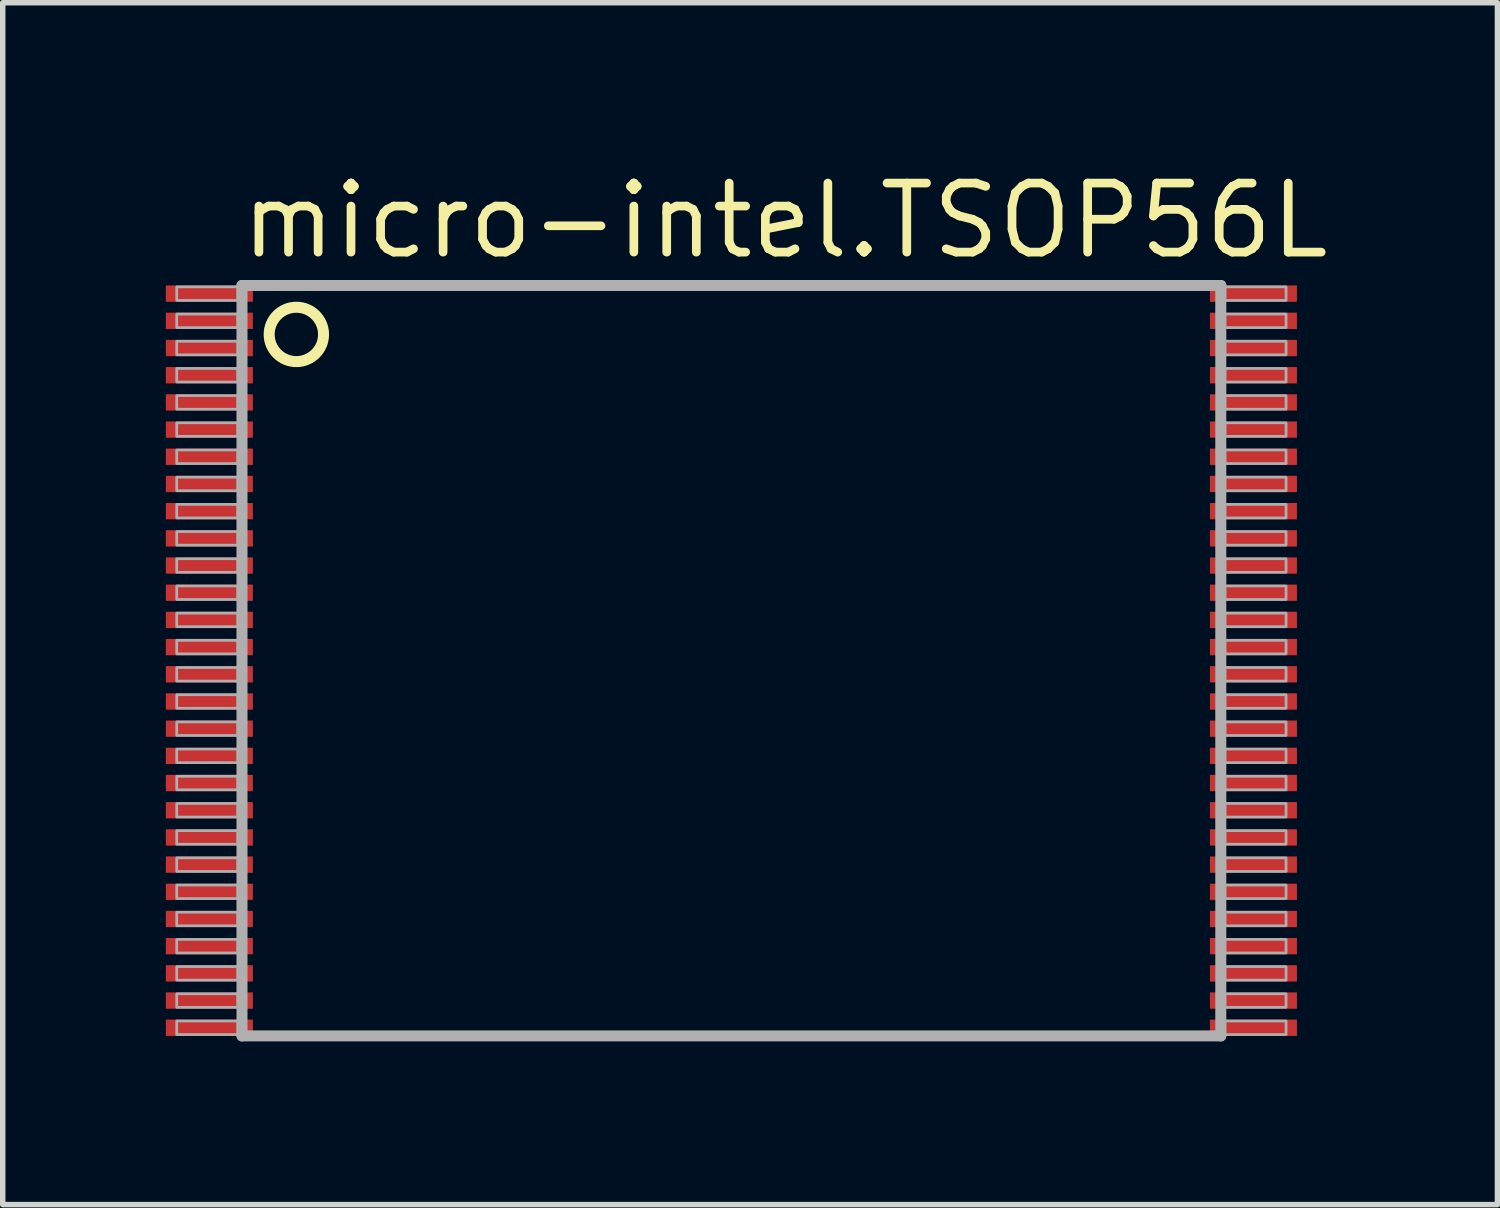
<source format=kicad_pcb>
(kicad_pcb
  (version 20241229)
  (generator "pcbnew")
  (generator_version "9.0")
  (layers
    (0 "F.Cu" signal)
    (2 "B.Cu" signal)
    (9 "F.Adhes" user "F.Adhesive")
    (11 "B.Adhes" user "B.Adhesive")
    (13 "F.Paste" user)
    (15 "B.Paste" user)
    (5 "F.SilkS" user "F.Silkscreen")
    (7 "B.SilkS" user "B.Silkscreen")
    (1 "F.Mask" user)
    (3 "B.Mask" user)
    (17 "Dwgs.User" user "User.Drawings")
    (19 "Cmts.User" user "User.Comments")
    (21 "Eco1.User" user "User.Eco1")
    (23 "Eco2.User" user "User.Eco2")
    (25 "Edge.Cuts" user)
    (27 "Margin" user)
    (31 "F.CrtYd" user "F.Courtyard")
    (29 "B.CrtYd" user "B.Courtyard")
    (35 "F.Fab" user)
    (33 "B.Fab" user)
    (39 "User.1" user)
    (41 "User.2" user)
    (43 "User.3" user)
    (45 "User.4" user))
  (footprint "micro-intel.TSOP56L"
    (layer "F.Cu")
    (at 10.4 9.1)
    (property "Reference" "micro-intel.TSOP56L" (at -9.096 -7.35 0) (layer "F.SilkS") (effects (font (size 1.27 1.27) (thickness 0.16)) (justify left bottom)))
    (attr smd)
    (fp_circle (center -8 -6) (end -7.5 -6) (stroke (width 0.203) (type default)) (fill no) (layer "F.SilkS"))
    (fp_line (start -9 -6.9) (end -9 6.9) (stroke (width 0.203) (type default)) (layer "F.Fab"))
    (fp_line (start -9 6.9) (end 9 6.9) (stroke (width 0.203) (type default)) (layer "F.Fab"))
    (fp_line (start 9 -6.9) (end -9 -6.9) (stroke (width 0.203) (type default)) (layer "F.Fab"))
    (fp_line (start 9 6.9) (end 9 -6.9) (stroke (width 0.203) (type default)) (layer "F.Fab"))
    (fp_rect (start -10.2 -6.625) (end -9.075 -6.875) (stroke (width 0.05) (type default)) (fill no) (layer "F.Fab"))
    (fp_rect (start -10.2 -6.125) (end -9.075 -6.375) (stroke (width 0.05) (type default)) (fill no) (layer "F.Fab"))
    (fp_rect (start -10.2 -5.625) (end -9.075 -5.875) (stroke (width 0.05) (type default)) (fill no) (layer "F.Fab"))
    (fp_rect (start -10.2 -5.125) (end -9.075 -5.375) (stroke (width 0.05) (type default)) (fill no) (layer "F.Fab"))
    (fp_rect (start -10.2 -4.625) (end -9.075 -4.875) (stroke (width 0.05) (type default)) (fill no) (layer "F.Fab"))
    (fp_rect (start -10.2 -4.125) (end -9.075 -4.375) (stroke (width 0.05) (type default)) (fill no) (layer "F.Fab"))
    (fp_rect (start -10.2 -3.625) (end -9.075 -3.875) (stroke (width 0.05) (type default)) (fill no) (layer "F.Fab"))
    (fp_rect (start -10.2 -3.125) (end -9.075 -3.375) (stroke (width 0.05) (type default)) (fill no) (layer "F.Fab"))
    (fp_rect (start -10.2 -2.625) (end -9.075 -2.875) (stroke (width 0.05) (type default)) (fill no) (layer "F.Fab"))
    (fp_rect (start -10.2 -2.125) (end -9.075 -2.375) (stroke (width 0.05) (type default)) (fill no) (layer "F.Fab"))
    (fp_rect (start -10.2 -1.625) (end -9.075 -1.875) (stroke (width 0.05) (type default)) (fill no) (layer "F.Fab"))
    (fp_rect (start -10.2 -1.125) (end -9.075 -1.375) (stroke (width 0.05) (type default)) (fill no) (layer "F.Fab"))
    (fp_rect (start -10.2 -0.625) (end -9.075 -0.875) (stroke (width 0.05) (type default)) (fill no) (layer "F.Fab"))
    (fp_rect (start -10.2 -0.125) (end -9.075 -0.375) (stroke (width 0.05) (type default)) (fill no) (layer "F.Fab"))
    (fp_rect (start -10.2 0.375) (end -9.075 0.125) (stroke (width 0.05) (type default)) (fill no) (layer "F.Fab"))
    (fp_rect (start -10.2 0.875) (end -9.075 0.625) (stroke (width 0.05) (type default)) (fill no) (layer "F.Fab"))
    (fp_rect (start -10.2 1.375) (end -9.075 1.125) (stroke (width 0.05) (type default)) (fill no) (layer "F.Fab"))
    (fp_rect (start -10.2 1.875) (end -9.075 1.625) (stroke (width 0.05) (type default)) (fill no) (layer "F.Fab"))
    (fp_rect (start -10.2 2.375) (end -9.075 2.125) (stroke (width 0.05) (type default)) (fill no) (layer "F.Fab"))
    (fp_rect (start -10.2 2.875) (end -9.075 2.625) (stroke (width 0.05) (type default)) (fill no) (layer "F.Fab"))
    (fp_rect (start -10.2 3.375) (end -9.075 3.125) (stroke (width 0.05) (type default)) (fill no) (layer "F.Fab"))
    (fp_rect (start -10.2 3.875) (end -9.075 3.625) (stroke (width 0.05) (type default)) (fill no) (layer "F.Fab"))
    (fp_rect (start -10.2 4.375) (end -9.075 4.125) (stroke (width 0.05) (type default)) (fill no) (layer "F.Fab"))
    (fp_rect (start -10.2 4.875) (end -9.075 4.625) (stroke (width 0.05) (type default)) (fill no) (layer "F.Fab"))
    (fp_rect (start -10.2 5.375) (end -9.075 5.125) (stroke (width 0.05) (type default)) (fill no) (layer "F.Fab"))
    (fp_rect (start -10.2 5.875) (end -9.075 5.625) (stroke (width 0.05) (type default)) (fill no) (layer "F.Fab"))
    (fp_rect (start -10.2 6.375) (end -9.075 6.125) (stroke (width 0.05) (type default)) (fill no) (layer "F.Fab"))
    (fp_rect (start -10.2 6.875) (end -9.075 6.625) (stroke (width 0.05) (type default)) (fill no) (layer "F.Fab"))
    (fp_rect (start 9.075 -6.625) (end 10.2 -6.875) (stroke (width 0.05) (type default)) (fill no) (layer "F.Fab"))
    (fp_rect (start 9.075 -6.125) (end 10.2 -6.375) (stroke (width 0.05) (type default)) (fill no) (layer "F.Fab"))
    (fp_rect (start 9.075 -5.625) (end 10.2 -5.875) (stroke (width 0.05) (type default)) (fill no) (layer "F.Fab"))
    (fp_rect (start 9.075 -5.125) (end 10.2 -5.375) (stroke (width 0.05) (type default)) (fill no) (layer "F.Fab"))
    (fp_rect (start 9.075 -4.625) (end 10.2 -4.875) (stroke (width 0.05) (type default)) (fill no) (layer "F.Fab"))
    (fp_rect (start 9.075 -4.125) (end 10.2 -4.375) (stroke (width 0.05) (type default)) (fill no) (layer "F.Fab"))
    (fp_rect (start 9.075 -3.625) (end 10.2 -3.875) (stroke (width 0.05) (type default)) (fill no) (layer "F.Fab"))
    (fp_rect (start 9.075 -3.125) (end 10.2 -3.375) (stroke (width 0.05) (type default)) (fill no) (layer "F.Fab"))
    (fp_rect (start 9.075 -2.625) (end 10.2 -2.875) (stroke (width 0.05) (type default)) (fill no) (layer "F.Fab"))
    (fp_rect (start 9.075 -2.125) (end 10.2 -2.375) (stroke (width 0.05) (type default)) (fill no) (layer "F.Fab"))
    (fp_rect (start 9.075 -1.625) (end 10.2 -1.875) (stroke (width 0.05) (type default)) (fill no) (layer "F.Fab"))
    (fp_rect (start 9.075 -1.125) (end 10.2 -1.375) (stroke (width 0.05) (type default)) (fill no) (layer "F.Fab"))
    (fp_rect (start 9.075 -0.625) (end 10.2 -0.875) (stroke (width 0.05) (type default)) (fill no) (layer "F.Fab"))
    (fp_rect (start 9.075 -0.125) (end 10.2 -0.375) (stroke (width 0.05) (type default)) (fill no) (layer "F.Fab"))
    (fp_rect (start 9.075 0.375) (end 10.2 0.125) (stroke (width 0.05) (type default)) (fill no) (layer "F.Fab"))
    (fp_rect (start 9.075 0.875) (end 10.2 0.625) (stroke (width 0.05) (type default)) (fill no) (layer "F.Fab"))
    (fp_rect (start 9.075 1.375) (end 10.2 1.125) (stroke (width 0.05) (type default)) (fill no) (layer "F.Fab"))
    (fp_rect (start 9.075 1.875) (end 10.2 1.625) (stroke (width 0.05) (type default)) (fill no) (layer "F.Fab"))
    (fp_rect (start 9.075 2.375) (end 10.2 2.125) (stroke (width 0.05) (type default)) (fill no) (layer "F.Fab"))
    (fp_rect (start 9.075 2.875) (end 10.2 2.625) (stroke (width 0.05) (type default)) (fill no) (layer "F.Fab"))
    (fp_rect (start 9.075 3.375) (end 10.2 3.125) (stroke (width 0.05) (type default)) (fill no) (layer "F.Fab"))
    (fp_rect (start 9.075 3.875) (end 10.2 3.625) (stroke (width 0.05) (type default)) (fill no) (layer "F.Fab"))
    (fp_rect (start 9.075 4.375) (end 10.2 4.125) (stroke (width 0.05) (type default)) (fill no) (layer "F.Fab"))
    (fp_rect (start 9.075 4.875) (end 10.2 4.625) (stroke (width 0.05) (type default)) (fill no) (layer "F.Fab"))
    (fp_rect (start 9.075 5.375) (end 10.2 5.125) (stroke (width 0.05) (type default)) (fill no) (layer "F.Fab"))
    (fp_rect (start 9.075 5.875) (end 10.2 5.625) (stroke (width 0.05) (type default)) (fill no) (layer "F.Fab"))
    (fp_rect (start 9.075 6.375) (end 10.2 6.125) (stroke (width 0.05) (type default)) (fill no) (layer "F.Fab"))
    (fp_rect (start 9.075 6.875) (end 10.2 6.625) (stroke (width 0.05) (type default)) (fill no) (layer "F.Fab"))
    (pad "1" smd roundrect (at -9.6 -6.75) (size 1.6 0.3) (layers "F.Cu" "F.Mask" "F.Paste") (roundrect_rratio 0.01))
    (pad "2" smd roundrect (at -9.6 -6.25) (size 1.6 0.3) (layers "F.Cu" "F.Mask" "F.Paste") (roundrect_rratio 0.01))
    (pad "3" smd roundrect (at -9.6 -5.75) (size 1.6 0.3) (layers "F.Cu" "F.Mask" "F.Paste") (roundrect_rratio 0.01))
    (pad "4" smd roundrect (at -9.6 -5.25) (size 1.6 0.3) (layers "F.Cu" "F.Mask" "F.Paste") (roundrect_rratio 0.01))
    (pad "5" smd roundrect (at -9.6 -4.75) (size 1.6 0.3) (layers "F.Cu" "F.Mask" "F.Paste") (roundrect_rratio 0.01))
    (pad "6" smd roundrect (at -9.6 -4.25) (size 1.6 0.3) (layers "F.Cu" "F.Mask" "F.Paste") (roundrect_rratio 0.01))
    (pad "7" smd roundrect (at -9.6 -3.75) (size 1.6 0.3) (layers "F.Cu" "F.Mask" "F.Paste") (roundrect_rratio 0.01))
    (pad "8" smd roundrect (at -9.6 -3.25) (size 1.6 0.3) (layers "F.Cu" "F.Mask" "F.Paste") (roundrect_rratio 0.01))
    (pad "9" smd roundrect (at -9.6 -2.75) (size 1.6 0.3) (layers "F.Cu" "F.Mask" "F.Paste") (roundrect_rratio 0.01))
    (pad "10" smd roundrect (at -9.6 -2.25) (size 1.6 0.3) (layers "F.Cu" "F.Mask" "F.Paste") (roundrect_rratio 0.01))
    (pad "11" smd roundrect (at -9.6 -1.75) (size 1.6 0.3) (layers "F.Cu" "F.Mask" "F.Paste") (roundrect_rratio 0.01))
    (pad "12" smd roundrect (at -9.6 -1.25) (size 1.6 0.3) (layers "F.Cu" "F.Mask" "F.Paste") (roundrect_rratio 0.01))
    (pad "13" smd roundrect (at -9.6 -0.75) (size 1.6 0.3) (layers "F.Cu" "F.Mask" "F.Paste") (roundrect_rratio 0.01))
    (pad "14" smd roundrect (at -9.6 -0.25) (size 1.6 0.3) (layers "F.Cu" "F.Mask" "F.Paste") (roundrect_rratio 0.01))
    (pad "15" smd roundrect (at -9.6 0.25) (size 1.6 0.3) (layers "F.Cu" "F.Mask" "F.Paste") (roundrect_rratio 0.01))
    (pad "16" smd roundrect (at -9.6 0.75) (size 1.6 0.3) (layers "F.Cu" "F.Mask" "F.Paste") (roundrect_rratio 0.01))
    (pad "17" smd roundrect (at -9.6 1.25) (size 1.6 0.3) (layers "F.Cu" "F.Mask" "F.Paste") (roundrect_rratio 0.01))
    (pad "18" smd roundrect (at -9.6 1.75) (size 1.6 0.3) (layers "F.Cu" "F.Mask" "F.Paste") (roundrect_rratio 0.01))
    (pad "19" smd roundrect (at -9.6 2.25) (size 1.6 0.3) (layers "F.Cu" "F.Mask" "F.Paste") (roundrect_rratio 0.01))
    (pad "20" smd roundrect (at -9.6 2.75) (size 1.6 0.3) (layers "F.Cu" "F.Mask" "F.Paste") (roundrect_rratio 0.01))
    (pad "21" smd roundrect (at -9.6 3.25) (size 1.6 0.3) (layers "F.Cu" "F.Mask" "F.Paste") (roundrect_rratio 0.01))
    (pad "22" smd roundrect (at -9.6 3.75) (size 1.6 0.3) (layers "F.Cu" "F.Mask" "F.Paste") (roundrect_rratio 0.01))
    (pad "23" smd roundrect (at -9.6 4.25) (size 1.6 0.3) (layers "F.Cu" "F.Mask" "F.Paste") (roundrect_rratio 0.01))
    (pad "24" smd roundrect (at -9.6 4.75) (size 1.6 0.3) (layers "F.Cu" "F.Mask" "F.Paste") (roundrect_rratio 0.01))
    (pad "25" smd roundrect (at -9.6 5.25) (size 1.6 0.3) (layers "F.Cu" "F.Mask" "F.Paste") (roundrect_rratio 0.01))
    (pad "26" smd roundrect (at -9.6 5.75) (size 1.6 0.3) (layers "F.Cu" "F.Mask" "F.Paste") (roundrect_rratio 0.01))
    (pad "27" smd roundrect (at -9.6 6.25) (size 1.6 0.3) (layers "F.Cu" "F.Mask" "F.Paste") (roundrect_rratio 0.01))
    (pad "28" smd roundrect (at -9.6 6.75) (size 1.6 0.3) (layers "F.Cu" "F.Mask" "F.Paste") (roundrect_rratio 0.01))
    (pad "29" smd roundrect (at 9.6 6.75) (size 1.6 0.3) (layers "F.Cu" "F.Mask" "F.Paste") (roundrect_rratio 0.01))
    (pad "30" smd roundrect (at 9.6 6.25) (size 1.6 0.3) (layers "F.Cu" "F.Mask" "F.Paste") (roundrect_rratio 0.01))
    (pad "31" smd roundrect (at 9.6 5.75) (size 1.6 0.3) (layers "F.Cu" "F.Mask" "F.Paste") (roundrect_rratio 0.01))
    (pad "32" smd roundrect (at 9.6 5.25) (size 1.6 0.3) (layers "F.Cu" "F.Mask" "F.Paste") (roundrect_rratio 0.01))
    (pad "33" smd roundrect (at 9.6 4.75) (size 1.6 0.3) (layers "F.Cu" "F.Mask" "F.Paste") (roundrect_rratio 0.01))
    (pad "34" smd roundrect (at 9.6 4.25) (size 1.6 0.3) (layers "F.Cu" "F.Mask" "F.Paste") (roundrect_rratio 0.01))
    (pad "35" smd roundrect (at 9.6 3.75) (size 1.6 0.3) (layers "F.Cu" "F.Mask" "F.Paste") (roundrect_rratio 0.01))
    (pad "36" smd roundrect (at 9.6 3.25) (size 1.6 0.3) (layers "F.Cu" "F.Mask" "F.Paste") (roundrect_rratio 0.01))
    (pad "37" smd roundrect (at 9.6 2.75) (size 1.6 0.3) (layers "F.Cu" "F.Mask" "F.Paste") (roundrect_rratio 0.01))
    (pad "38" smd roundrect (at 9.6 2.25) (size 1.6 0.3) (layers "F.Cu" "F.Mask" "F.Paste") (roundrect_rratio 0.01))
    (pad "39" smd roundrect (at 9.6 1.75) (size 1.6 0.3) (layers "F.Cu" "F.Mask" "F.Paste") (roundrect_rratio 0.01))
    (pad "40" smd roundrect (at 9.6 1.25) (size 1.6 0.3) (layers "F.Cu" "F.Mask" "F.Paste") (roundrect_rratio 0.01))
    (pad "41" smd roundrect (at 9.6 0.75) (size 1.6 0.3) (layers "F.Cu" "F.Mask" "F.Paste") (roundrect_rratio 0.01))
    (pad "42" smd roundrect (at 9.6 0.25) (size 1.6 0.3) (layers "F.Cu" "F.Mask" "F.Paste") (roundrect_rratio 0.01))
    (pad "43" smd roundrect (at 9.6 -0.25) (size 1.6 0.3) (layers "F.Cu" "F.Mask" "F.Paste") (roundrect_rratio 0.01))
    (pad "44" smd roundrect (at 9.6 -0.75) (size 1.6 0.3) (layers "F.Cu" "F.Mask" "F.Paste") (roundrect_rratio 0.01))
    (pad "45" smd roundrect (at 9.6 -1.25) (size 1.6 0.3) (layers "F.Cu" "F.Mask" "F.Paste") (roundrect_rratio 0.01))
    (pad "46" smd roundrect (at 9.6 -1.75) (size 1.6 0.3) (layers "F.Cu" "F.Mask" "F.Paste") (roundrect_rratio 0.01))
    (pad "47" smd roundrect (at 9.6 -2.25) (size 1.6 0.3) (layers "F.Cu" "F.Mask" "F.Paste") (roundrect_rratio 0.01))
    (pad "48" smd roundrect (at 9.6 -2.75) (size 1.6 0.3) (layers "F.Cu" "F.Mask" "F.Paste") (roundrect_rratio 0.01))
    (pad "49" smd roundrect (at 9.6 -3.25) (size 1.6 0.3) (layers "F.Cu" "F.Mask" "F.Paste") (roundrect_rratio 0.01))
    (pad "50" smd roundrect (at 9.6 -3.75) (size 1.6 0.3) (layers "F.Cu" "F.Mask" "F.Paste") (roundrect_rratio 0.01))
    (pad "51" smd roundrect (at 9.6 -4.25) (size 1.6 0.3) (layers "F.Cu" "F.Mask" "F.Paste") (roundrect_rratio 0.01))
    (pad "52" smd roundrect (at 9.6 -4.75) (size 1.6 0.3) (layers "F.Cu" "F.Mask" "F.Paste") (roundrect_rratio 0.01))
    (pad "53" smd roundrect (at 9.6 -5.25) (size 1.6 0.3) (layers "F.Cu" "F.Mask" "F.Paste") (roundrect_rratio 0.01))
    (pad "54" smd roundrect (at 9.6 -5.75) (size 1.6 0.3) (layers "F.Cu" "F.Mask" "F.Paste") (roundrect_rratio 0.01))
    (pad "55" smd roundrect (at 9.6 -6.25) (size 1.6 0.3) (layers "F.Cu" "F.Mask" "F.Paste") (roundrect_rratio 0.01))
    (pad "56" smd roundrect (at 9.6 -6.75) (size 1.6 0.3) (layers "F.Cu" "F.Mask" "F.Paste") (roundrect_rratio 0.01)))
  (gr_rect
    (start -3 -3)
    (end 24.487 19.102)
    (stroke (width 0.1) (type default))
    (fill no)
    (layer "Edge.Cuts")))
</source>
